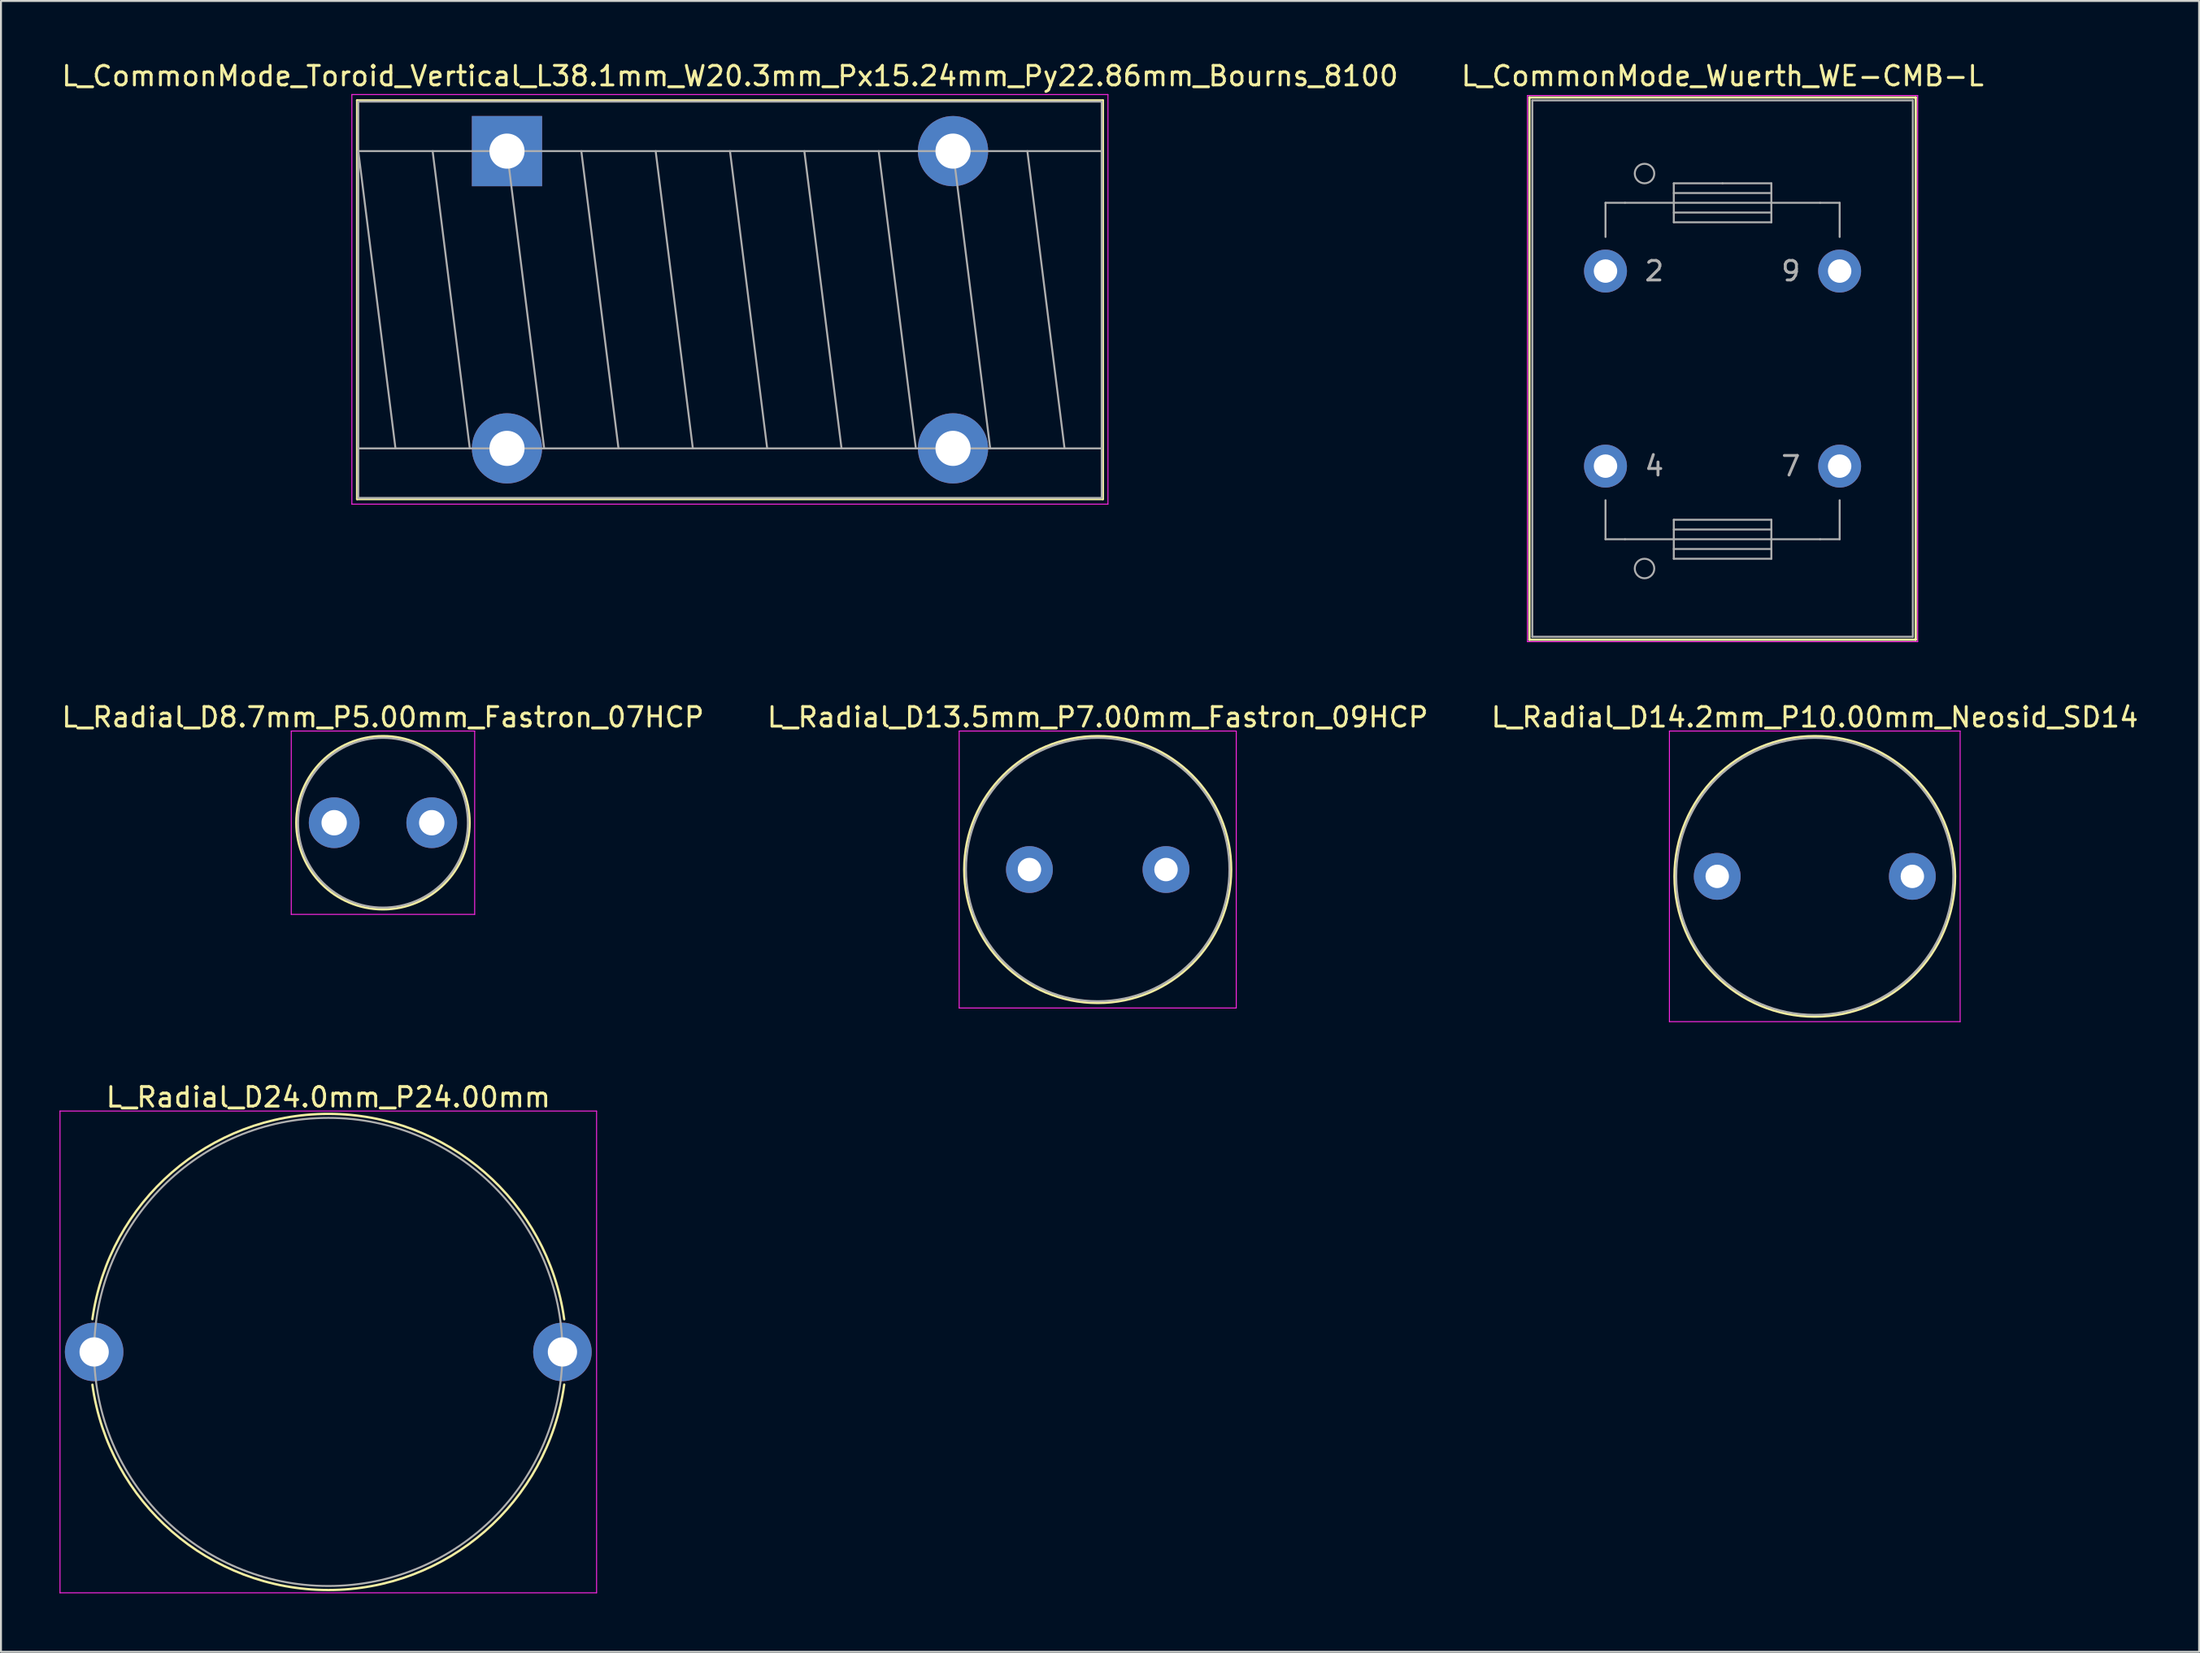
<source format=kicad_pcb>
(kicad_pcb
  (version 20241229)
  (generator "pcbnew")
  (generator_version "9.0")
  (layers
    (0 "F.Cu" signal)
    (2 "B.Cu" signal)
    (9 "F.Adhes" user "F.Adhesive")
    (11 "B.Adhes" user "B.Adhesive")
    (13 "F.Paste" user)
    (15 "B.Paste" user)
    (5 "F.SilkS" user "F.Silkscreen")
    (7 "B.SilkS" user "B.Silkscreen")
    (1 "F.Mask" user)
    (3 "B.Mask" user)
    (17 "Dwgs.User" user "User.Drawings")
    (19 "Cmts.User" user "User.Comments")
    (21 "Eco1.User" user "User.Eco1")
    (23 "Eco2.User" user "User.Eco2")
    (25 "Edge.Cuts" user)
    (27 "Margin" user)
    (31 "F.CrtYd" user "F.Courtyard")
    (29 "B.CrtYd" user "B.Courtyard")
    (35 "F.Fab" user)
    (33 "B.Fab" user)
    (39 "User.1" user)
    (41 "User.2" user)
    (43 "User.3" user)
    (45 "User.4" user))
  (footprint "L_CommonMode_Wuerth_WE-CMB-L"
    (layer "F.Cu")
    (at 79.232 10.848)
    (property "Reference" "L_CommonMode_Wuerth_WE-CMB-L" (at 6 -10 0) (layer "F.SilkS") (effects (font (size 1 1) (thickness 0.15))))
    (attr through_hole)
    (fp_line (start -3.9 18.9) (end -3.9 -8.9) (stroke (width 0.12) (type solid)) (layer "F.SilkS"))
    (fp_line (start -3.9 18.9) (end 15.9 18.9) (stroke (width 0.12) (type solid)) (layer "F.SilkS"))
    (fp_line (start 15.9 -8.9) (end -3.9 -8.9) (stroke (width 0.12) (type solid)) (layer "F.SilkS"))
    (fp_line (start 15.9 18.9) (end 15.9 -8.9) (stroke (width 0.12) (type solid)) (layer "F.SilkS"))
    (fp_line (start -4 -9) (end -4 19) (stroke (width 0.05) (type solid)) (layer "F.CrtYd"))
    (fp_line (start -4 19) (end 16 19) (stroke (width 0.05) (type solid)) (layer "F.CrtYd"))
    (fp_line (start 16 -9) (end -4 -9) (stroke (width 0.05) (type solid)) (layer "F.CrtYd"))
    (fp_line (start 16 19) (end 16 -9) (stroke (width 0.05) (type solid)) (layer "F.CrtYd"))
    (fp_line (start -3.75 -8.75) (end -3.75 18.75) (stroke (width 0.1) (type solid)) (layer "F.Fab"))
    (fp_line (start 0 -3.5) (end 0 -1.75) (stroke (width 0.1) (type solid)) (layer "F.Fab"))
    (fp_line (start 0 13.75) (end 0 11.75) (stroke (width 0.1) (type solid)) (layer "F.Fab"))
    (fp_line (start 1 -3.5) (end 0 -3.5) (stroke (width 0.1) (type solid)) (layer "F.Fab"))
    (fp_line (start 1 13.75) (end 0 13.75) (stroke (width 0.1) (type solid)) (layer "F.Fab"))
    (fp_line (start 1 13.75) (end 3.5 13.75) (stroke (width 0.1) (type solid)) (layer "F.Fab"))
    (fp_line (start 3.5 -4.5) (end 6 -4.5) (stroke (width 0.1) (type solid)) (layer "F.Fab"))
    (fp_line (start 3.5 -3.5) (end 1 -3.5) (stroke (width 0.1) (type solid)) (layer "F.Fab"))
    (fp_line (start 3.5 -3.5) (end 8.5 -3.5) (stroke (width 0.1) (type solid)) (layer "F.Fab"))
    (fp_line (start 3.5 -3) (end 8.5 -3) (stroke (width 0.1) (type solid)) (layer "F.Fab"))
    (fp_line (start 3.5 -2.5) (end 3.5 -4.5) (stroke (width 0.1) (type solid)) (layer "F.Fab"))
    (fp_line (start 3.5 12.75) (end 8.5 12.75) (stroke (width 0.1) (type solid)) (layer "F.Fab"))
    (fp_line (start 3.5 14.25) (end 8.5 14.25) (stroke (width 0.1) (type solid)) (layer "F.Fab"))
    (fp_line (start 3.5 14.75) (end 3.5 12.75) (stroke (width 0.1) (type solid)) (layer "F.Fab"))
    (fp_line (start 6 -4.5) (end 8.5 -4.5) (stroke (width 0.1) (type solid)) (layer "F.Fab"))
    (fp_line (start 8.5 -4.5) (end 8.5 -2.5) (stroke (width 0.1) (type solid)) (layer "F.Fab"))
    (fp_line (start 8.5 -4) (end 3.5 -4) (stroke (width 0.1) (type solid)) (layer "F.Fab"))
    (fp_line (start 8.5 -3.5) (end 11 -3.5) (stroke (width 0.1) (type solid)) (layer "F.Fab"))
    (fp_line (start 8.5 -2.5) (end 3.5 -2.5) (stroke (width 0.1) (type solid)) (layer "F.Fab"))
    (fp_line (start 8.5 12.75) (end 8.5 14.75) (stroke (width 0.1) (type solid)) (layer "F.Fab"))
    (fp_line (start 8.5 13.25) (end 3.5 13.25) (stroke (width 0.1) (type solid)) (layer "F.Fab"))
    (fp_line (start 8.5 13.75) (end 3.5 13.75) (stroke (width 0.1) (type solid)) (layer "F.Fab"))
    (fp_line (start 8.5 14.75) (end 3.5 14.75) (stroke (width 0.1) (type solid)) (layer "F.Fab"))
    (fp_line (start 11 -3.5) (end 12 -3.5) (stroke (width 0.1) (type solid)) (layer "F.Fab"))
    (fp_line (start 11 13.75) (end 8.5 13.75) (stroke (width 0.1) (type solid)) (layer "F.Fab"))
    (fp_line (start 11 13.75) (end 12 13.75) (stroke (width 0.1) (type solid)) (layer "F.Fab"))
    (fp_line (start 12 -3.5) (end 12 -1.75) (stroke (width 0.1) (type solid)) (layer "F.Fab"))
    (fp_line (start 12 13.75) (end 12 11.75) (stroke (width 0.1) (type solid)) (layer "F.Fab"))
    (fp_line (start 15.75 -8.75) (end -3.75 -8.75) (stroke (width 0.1) (type solid)) (layer "F.Fab"))
    (fp_line (start 15.75 -8.75) (end 15.75 18.75) (stroke (width 0.1) (type solid)) (layer "F.Fab"))
    (fp_line (start 15.75 18.75) (end -3.75 18.75) (stroke (width 0.1) (type solid)) (layer "F.Fab"))
    (fp_circle (center 2 -5) (end 2.5 -5) (stroke (width 0.1) (type solid)) (fill no) (layer "F.Fab"))
    (fp_circle (center 2 15.25) (end 2.5 15.25) (stroke (width 0.1) (type solid)) (fill no) (layer "F.Fab"))
    (fp_text user "9" (at 9.5 0 0) (layer "F.Fab") (effects (font (size 1 1) (thickness 0.15))))
    (fp_text user "7" (at 9.5 10 0) (layer "F.Fab") (effects (font (size 1 1) (thickness 0.15))))
    (fp_text user "4" (at 2.5 10 0) (layer "F.Fab") (effects (font (size 1 1) (thickness 0.15))))
    (fp_text user "2" (at 2.5 0 0) (layer "F.Fab") (effects (font (size 1 1) (thickness 0.15))))
    (pad "2" thru_hole circle (at 0 0) (size 2.2 2.2) (drill 1.2) (layers "*.Cu" "*.Mask"))
    (pad "4" thru_hole circle (at 0 10) (size 2.2 2.2) (drill 1.2) (layers "*.Cu" "*.Mask"))
    (pad "7" thru_hole circle (at 12 10) (size 2.2 2.2) (drill 1.2) (layers "*.Cu" "*.Mask"))
    (pad "9" thru_hole circle (at 12 0) (size 2.2 2.2) (drill 1.2) (layers "*.Cu" "*.Mask")))
  (footprint "L_Radial_D14.2mm_P10.00mm_Neosid_SD14"
    (layer "F.Cu")
    (at 84.958 41.882)
    (property "Reference" "L_Radial_D14.2mm_P10.00mm_Neosid_SD14" (at 5 -8.16 0) (layer "F.SilkS") (effects (font (size 1 1) (thickness 0.15))))
    (attr through_hole)
    (fp_circle (center 5 0) (end 12.19 0) (stroke (width 0.12) (type solid)) (fill no) (layer "F.SilkS"))
    (fp_line (start -2.45 -7.45) (end -2.45 7.45) (stroke (width 0.05) (type solid)) (layer "F.CrtYd"))
    (fp_line (start -2.45 7.45) (end 12.45 7.45) (stroke (width 0.05) (type solid)) (layer "F.CrtYd"))
    (fp_line (start 12.45 -7.45) (end -2.45 -7.45) (stroke (width 0.05) (type solid)) (layer "F.CrtYd"))
    (fp_line (start 12.45 7.45) (end 12.45 -7.45) (stroke (width 0.05) (type solid)) (layer "F.CrtYd"))
    (fp_circle (center 5 0) (end 12.1 0) (stroke (width 0.1) (type solid)) (fill no) (layer "F.Fab"))
    (pad "1" thru_hole circle (at 0 0) (size 2.4 2.4) (drill 1.2) (layers "*.Cu" "*.Mask"))
    (pad "2" thru_hole circle (at 10 0) (size 2.4 2.4) (drill 1.2) (layers "*.Cu" "*.Mask")))
  (footprint "L_Radial_D24.0mm_P24.00mm"
    (layer "F.Cu")
    (at 1.775 66.265)
    (property "Reference" "L_Radial_D24.0mm_P24.00mm" (at 12 -13.06 0) (layer "F.SilkS") (effects (font (size 1 1) (thickness 0.15))))
    (attr through_hole)
    (fp_arc (start -0.09 -1.68) (mid 12.002351 -12.206166) (end 24.090646 -1.675342) (stroke (width 0.12) (type solid)) (layer "F.SilkS"))
    (fp_arc (start 24.090646 1.675342) (mid 12.002351 12.206166) (end -0.09 1.68) (stroke (width 0.12) (type solid)) (layer "F.SilkS"))
    (fp_line (start -1.75 -12.35) (end -1.75 12.35) (stroke (width 0.05) (type solid)) (layer "F.CrtYd"))
    (fp_line (start -1.75 12.35) (end 25.75 12.35) (stroke (width 0.05) (type solid)) (layer "F.CrtYd"))
    (fp_line (start 25.75 -12.35) (end -1.75 -12.35) (stroke (width 0.05) (type solid)) (layer "F.CrtYd"))
    (fp_line (start 25.75 12.35) (end 25.75 -12.35) (stroke (width 0.05) (type solid)) (layer "F.CrtYd"))
    (fp_circle (center 12 0) (end 24 0) (stroke (width 0.1) (type solid)) (fill no) (layer "F.Fab"))
    (pad "1" thru_hole circle (at 0 0) (size 3 3) (drill 1.5) (layers "*.Cu" "*.Mask"))
    (pad "2" thru_hole circle (at 24 0) (size 3 3) (drill 1.5) (layers "*.Cu" "*.Mask")))
  (footprint "L_Radial_D8.7mm_P5.00mm_Fastron_07HCP"
    (layer "F.Cu")
    (at 14.077 39.132)
    (property "Reference" "L_Radial_D8.7mm_P5.00mm_Fastron_07HCP" (at 2.5 -5.41 0) (layer "F.SilkS") (effects (font (size 1 1) (thickness 0.15))))
    (attr through_hole)
    (fp_circle (center 2.5 0) (end 6.94 0) (stroke (width 0.12) (type solid)) (fill no) (layer "F.SilkS"))
    (fp_line (start -2.2 -4.7) (end -2.2 4.7) (stroke (width 0.05) (type solid)) (layer "F.CrtYd"))
    (fp_line (start -2.2 4.7) (end 7.2 4.7) (stroke (width 0.05) (type solid)) (layer "F.CrtYd"))
    (fp_line (start 7.2 -4.7) (end -2.2 -4.7) (stroke (width 0.05) (type solid)) (layer "F.CrtYd"))
    (fp_line (start 7.2 4.7) (end 7.2 -4.7) (stroke (width 0.05) (type solid)) (layer "F.CrtYd"))
    (fp_circle (center 2.5 0) (end 6.85 0) (stroke (width 0.1) (type solid)) (fill no) (layer "F.Fab"))
    (pad "1" thru_hole circle (at 0 0) (size 2.6 2.6) (drill 1.3) (layers "*.Cu" "*.Mask"))
    (pad "2" thru_hole circle (at 5 0) (size 2.6 2.6) (drill 1.3) (layers "*.Cu" "*.Mask")))
  (footprint "L_Radial_D13.5mm_P7.00mm_Fastron_09HCP"
    (layer "F.Cu")
    (at 49.708 41.532)
    (property "Reference" "L_Radial_D13.5mm_P7.00mm_Fastron_09HCP" (at 3.5 -7.81 0) (layer "F.SilkS") (effects (font (size 1 1) (thickness 0.15))))
    (attr through_hole)
    (fp_circle (center 3.5 0) (end 10.34 0) (stroke (width 0.12) (type solid)) (fill no) (layer "F.SilkS"))
    (fp_line (start -3.6 -7.1) (end -3.6 7.1) (stroke (width 0.05) (type solid)) (layer "F.CrtYd"))
    (fp_line (start -3.6 7.1) (end 10.6 7.1) (stroke (width 0.05) (type solid)) (layer "F.CrtYd"))
    (fp_line (start 10.6 -7.1) (end -3.6 -7.1) (stroke (width 0.05) (type solid)) (layer "F.CrtYd"))
    (fp_line (start 10.6 7.1) (end 10.6 -7.1) (stroke (width 0.05) (type solid)) (layer "F.CrtYd"))
    (fp_circle (center 3.5 0) (end 10.25 0) (stroke (width 0.1) (type solid)) (fill no) (layer "F.Fab"))
    (pad "1" thru_hole circle (at 0 0) (size 2.4 2.4) (drill 1.2) (layers "*.Cu" "*.Mask"))
    (pad "2" thru_hole circle (at 7 0) (size 2.4 2.4) (drill 1.2) (layers "*.Cu" "*.Mask")))
  (footprint "L_CommonMode_Toroid_Vertical_L38.1mm_W20.3mm_Px15.24mm_Py22.86mm_Bourns_8100"
    (layer "F.Cu")
    (at 22.933 4.698)
    (property "Reference" "L_CommonMode_Toroid_Vertical_L38.1mm_W20.3mm_Px15.24mm_Py22.86mm_Bourns_8100" (at 11.43 -3.85 0) (layer "F.SilkS") (effects (font (size 1 1) (thickness 0.15))))
    (attr through_hole)
    (fp_line (start -7.68 -2.6) (end -7.68 17.84) (stroke (width 0.12) (type solid)) (layer "F.SilkS"))
    (fp_line (start -7.68 -2.6) (end 30.54 -2.6) (stroke (width 0.12) (type solid)) (layer "F.SilkS"))
    (fp_line (start -7.68 17.84) (end 30.54 17.84) (stroke (width 0.12) (type solid)) (layer "F.SilkS"))
    (fp_line (start 30.54 -2.6) (end 30.54 17.84) (stroke (width 0.12) (type solid)) (layer "F.SilkS"))
    (fp_line (start -7.95 -2.9) (end -7.95 18.1) (stroke (width 0.05) (type solid)) (layer "F.CrtYd"))
    (fp_line (start -7.95 18.1) (end 30.8 18.1) (stroke (width 0.05) (type solid)) (layer "F.CrtYd"))
    (fp_line (start 30.8 -2.9) (end -7.95 -2.9) (stroke (width 0.05) (type solid)) (layer "F.CrtYd"))
    (fp_line (start 30.8 18.1) (end 30.8 -2.9) (stroke (width 0.05) (type solid)) (layer "F.CrtYd"))
    (fp_line (start -7.62 -2.54) (end -7.62 17.78) (stroke (width 0.1) (type solid)) (layer "F.Fab"))
    (fp_line (start -7.62 0) (end -7.62 15.24) (stroke (width 0.1) (type solid)) (layer "F.Fab"))
    (fp_line (start -7.62 0) (end -5.715 15.24) (stroke (width 0.1) (type solid)) (layer "F.Fab"))
    (fp_line (start -7.62 15.24) (end 30.48 15.24) (stroke (width 0.1) (type solid)) (layer "F.Fab"))
    (fp_line (start -7.62 17.78) (end 30.48 17.78) (stroke (width 0.1) (type solid)) (layer "F.Fab"))
    (fp_line (start -3.81 0) (end -1.905 15.24) (stroke (width 0.1) (type solid)) (layer "F.Fab"))
    (fp_line (start 0 0) (end 1.905 15.24) (stroke (width 0.1) (type solid)) (layer "F.Fab"))
    (fp_line (start 3.81 0) (end 5.715 15.24) (stroke (width 0.1) (type solid)) (layer "F.Fab"))
    (fp_line (start 7.62 0) (end 9.525 15.24) (stroke (width 0.1) (type solid)) (layer "F.Fab"))
    (fp_line (start 11.43 0) (end 13.335 15.24) (stroke (width 0.1) (type solid)) (layer "F.Fab"))
    (fp_line (start 15.24 0) (end 17.145 15.24) (stroke (width 0.1) (type solid)) (layer "F.Fab"))
    (fp_line (start 19.05 0) (end 20.955 15.24) (stroke (width 0.1) (type solid)) (layer "F.Fab"))
    (fp_line (start 22.86 0) (end 24.765 15.24) (stroke (width 0.1) (type solid)) (layer "F.Fab"))
    (fp_line (start 26.67 0) (end 28.575 15.24) (stroke (width 0.1) (type solid)) (layer "F.Fab"))
    (fp_line (start 30.48 -2.54) (end -7.62 -2.54) (stroke (width 0.1) (type solid)) (layer "F.Fab"))
    (fp_line (start 30.48 0) (end -7.62 0) (stroke (width 0.1) (type solid)) (layer "F.Fab"))
    (fp_line (start 30.48 15.24) (end 30.48 0) (stroke (width 0.1) (type solid)) (layer "F.Fab"))
    (fp_line (start 30.48 17.78) (end 30.48 -2.54) (stroke (width 0.1) (type solid)) (layer "F.Fab"))
    (pad "1" thru_hole rect (at 0 0) (size 3.6 3.6) (drill 1.8) (layers "*.Cu" "*.Mask"))
    (pad "2" thru_hole circle (at 0 15.24) (size 3.6 3.6) (drill 1.8) (layers "*.Cu" "*.Mask"))
    (pad "3" thru_hole circle (at 22.86 15.24) (size 3.6 3.6) (drill 1.8) (layers "*.Cu" "*.Mask"))
    (pad "4" thru_hole circle (at 22.86 0) (size 3.6 3.6) (drill 1.8) (layers "*.Cu" "*.Mask")))
  (gr_rect
    (start -3 -3)
    (end 109.655 81.64)
    (stroke (width 0.1) (type default))
    (fill no)
    (layer "Edge.Cuts")))
</source>
